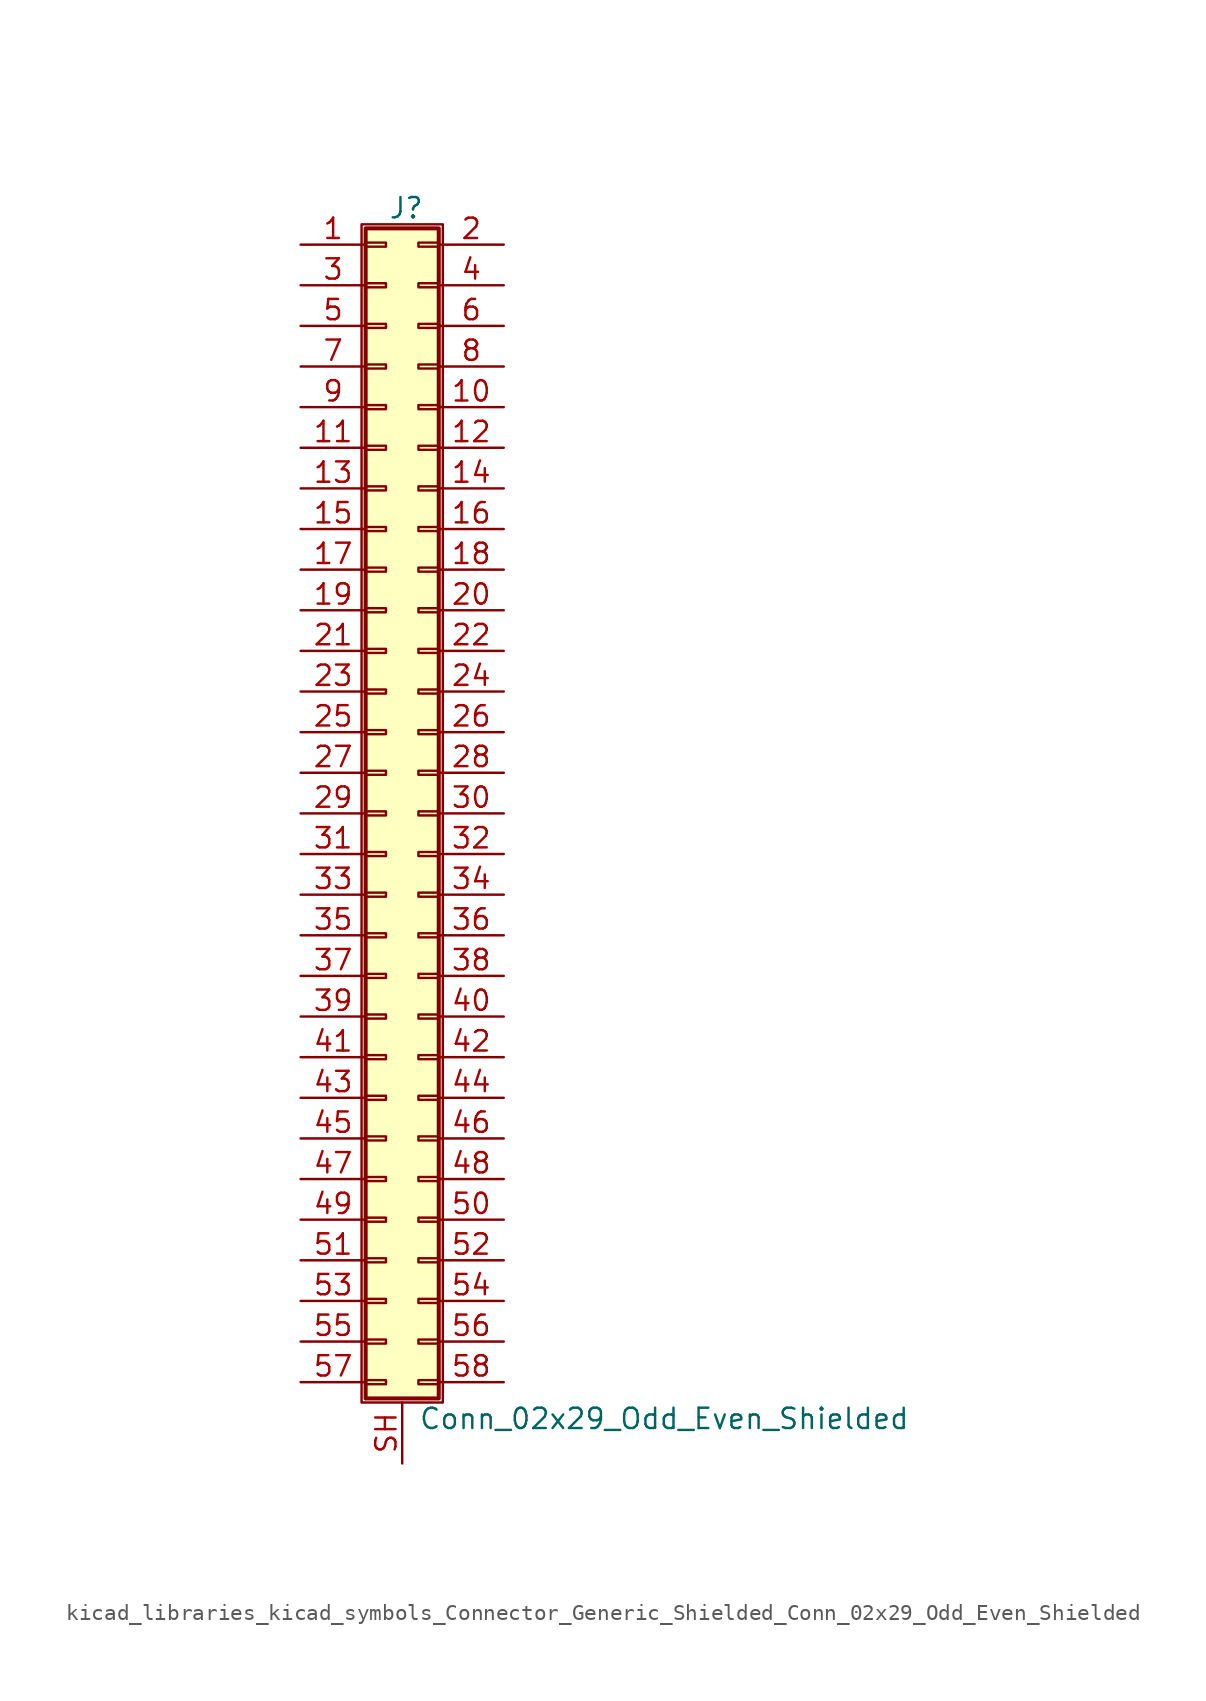
<source format=kicad_sym>
(kicad_symbol_lib
  (version 20220914)
  (generator kicad_symbol_editor)
  (symbol "kicad_libraries_kicad_symbols_Connector_Generic_Shielded_Conn_02x29_Odd_Even_Shielded"
    (pin_names
      (offset 1.016) hide)
    (property "Reference" "J"
      (at 1.524 37.846 0)
      (effects (font (size 1.27 1.27))))
    (property "Value" "Conn_02x29_Odd_Even_Shielded"
      (at 2.286 -37.846 0)
      (effects (font (size 1.27 1.27)) (justify left)))
    (symbol "kicad_libraries_kicad_symbols_Connector_Generic_Shielded_Conn_02x29_Odd_Even_Shielded_1_1"
      (rectangle (start -1.27 36.83) (end 3.81 -36.83) (stroke (width 0.152) (type default)) (fill (type none)))
      (rectangle (start -1.016 -35.433) (end 0.254 -35.687) (stroke (width 0.152) (type default)) (fill (type none)))
      (rectangle (start -1.016 -32.893) (end 0.254 -33.147) (stroke (width 0.152) (type default)) (fill (type none)))
      (rectangle (start -1.016 -30.353) (end 0.254 -30.607) (stroke (width 0.152) (type default)) (fill (type none)))
      (rectangle (start -1.016 -27.813) (end 0.254 -28.067) (stroke (width 0.152) (type default)) (fill (type none)))
      (rectangle (start -1.016 -25.273) (end 0.254 -25.527) (stroke (width 0.152) (type default)) (fill (type none)))
      (rectangle (start -1.016 -22.733) (end 0.254 -22.987) (stroke (width 0.152) (type default)) (fill (type none)))
      (rectangle (start -1.016 -20.193) (end 0.254 -20.447) (stroke (width 0.152) (type default)) (fill (type none)))
      (rectangle (start -1.016 -17.653) (end 0.254 -17.907) (stroke (width 0.152) (type default)) (fill (type none)))
      (rectangle (start -1.016 -15.113) (end 0.254 -15.367) (stroke (width 0.152) (type default)) (fill (type none)))
      (rectangle (start -1.016 -12.573) (end 0.254 -12.827) (stroke (width 0.152) (type default)) (fill (type none)))
      (rectangle (start -1.016 -10.033) (end 0.254 -10.287) (stroke (width 0.152) (type default)) (fill (type none)))
      (rectangle (start -1.016 -7.493) (end 0.254 -7.747) (stroke (width 0.152) (type default)) (fill (type none)))
      (rectangle (start -1.016 -4.953) (end 0.254 -5.207) (stroke (width 0.152) (type default)) (fill (type none)))
      (rectangle (start -1.016 -2.413) (end 0.254 -2.667) (stroke (width 0.152) (type default)) (fill (type none)))
      (rectangle (start -1.016 0.127) (end 0.254 -0.127) (stroke (width 0.152) (type default)) (fill (type none)))
      (rectangle (start -1.016 2.667) (end 0.254 2.413) (stroke (width 0.152) (type default)) (fill (type none)))
      (rectangle (start -1.016 5.207) (end 0.254 4.953) (stroke (width 0.152) (type default)) (fill (type none)))
      (rectangle (start -1.016 7.747) (end 0.254 7.493) (stroke (width 0.152) (type default)) (fill (type none)))
      (rectangle (start -1.016 10.287) (end 0.254 10.033) (stroke (width 0.152) (type default)) (fill (type none)))
      (rectangle (start -1.016 12.827) (end 0.254 12.573) (stroke (width 0.152) (type default)) (fill (type none)))
      (rectangle (start -1.016 15.367) (end 0.254 15.113) (stroke (width 0.152) (type default)) (fill (type none)))
      (rectangle (start -1.016 17.907) (end 0.254 17.653) (stroke (width 0.152) (type default)) (fill (type none)))
      (rectangle (start -1.016 20.447) (end 0.254 20.193) (stroke (width 0.152) (type default)) (fill (type none)))
      (rectangle (start -1.016 22.987) (end 0.254 22.733) (stroke (width 0.152) (type default)) (fill (type none)))
      (rectangle (start -1.016 25.527) (end 0.254 25.273) (stroke (width 0.152) (type default)) (fill (type none)))
      (rectangle (start -1.016 28.067) (end 0.254 27.813) (stroke (width 0.152) (type default)) (fill (type none)))
      (rectangle (start -1.016 30.607) (end 0.254 30.353) (stroke (width 0.152) (type default)) (fill (type none)))
      (rectangle (start -1.016 33.147) (end 0.254 32.893) (stroke (width 0.152) (type default)) (fill (type none)))
      (rectangle (start -1.016 35.687) (end 0.254 35.433) (stroke (width 0.152) (type default)) (fill (type none)))
      (rectangle (start -1.016 36.576) (end 3.556 -36.576) (stroke (width 0.254) (type default)) (fill (type background)))
      (rectangle (start 3.556 -35.433) (end 2.286 -35.687) (stroke (width 0.152) (type default)) (fill (type none)))
      (rectangle (start 3.556 -32.893) (end 2.286 -33.147) (stroke (width 0.152) (type default)) (fill (type none)))
      (rectangle (start 3.556 -30.353) (end 2.286 -30.607) (stroke (width 0.152) (type default)) (fill (type none)))
      (rectangle (start 3.556 -27.813) (end 2.286 -28.067) (stroke (width 0.152) (type default)) (fill (type none)))
      (rectangle (start 3.556 -25.273) (end 2.286 -25.527) (stroke (width 0.152) (type default)) (fill (type none)))
      (rectangle (start 3.556 -22.733) (end 2.286 -22.987) (stroke (width 0.152) (type default)) (fill (type none)))
      (rectangle (start 3.556 -20.193) (end 2.286 -20.447) (stroke (width 0.152) (type default)) (fill (type none)))
      (rectangle (start 3.556 -17.653) (end 2.286 -17.907) (stroke (width 0.152) (type default)) (fill (type none)))
      (rectangle (start 3.556 -15.113) (end 2.286 -15.367) (stroke (width 0.152) (type default)) (fill (type none)))
      (rectangle (start 3.556 -12.573) (end 2.286 -12.827) (stroke (width 0.152) (type default)) (fill (type none)))
      (rectangle (start 3.556 -10.033) (end 2.286 -10.287) (stroke (width 0.152) (type default)) (fill (type none)))
      (rectangle (start 3.556 -7.493) (end 2.286 -7.747) (stroke (width 0.152) (type default)) (fill (type none)))
      (rectangle (start 3.556 -4.953) (end 2.286 -5.207) (stroke (width 0.152) (type default)) (fill (type none)))
      (rectangle (start 3.556 -2.413) (end 2.286 -2.667) (stroke (width 0.152) (type default)) (fill (type none)))
      (rectangle (start 3.556 0.127) (end 2.286 -0.127) (stroke (width 0.152) (type default)) (fill (type none)))
      (rectangle (start 3.556 2.667) (end 2.286 2.413) (stroke (width 0.152) (type default)) (fill (type none)))
      (rectangle (start 3.556 5.207) (end 2.286 4.953) (stroke (width 0.152) (type default)) (fill (type none)))
      (rectangle (start 3.556 7.747) (end 2.286 7.493) (stroke (width 0.152) (type default)) (fill (type none)))
      (rectangle (start 3.556 10.287) (end 2.286 10.033) (stroke (width 0.152) (type default)) (fill (type none)))
      (rectangle (start 3.556 12.827) (end 2.286 12.573) (stroke (width 0.152) (type default)) (fill (type none)))
      (rectangle (start 3.556 15.367) (end 2.286 15.113) (stroke (width 0.152) (type default)) (fill (type none)))
      (rectangle (start 3.556 17.907) (end 2.286 17.653) (stroke (width 0.152) (type default)) (fill (type none)))
      (rectangle (start 3.556 20.447) (end 2.286 20.193) (stroke (width 0.152) (type default)) (fill (type none)))
      (rectangle (start 3.556 22.987) (end 2.286 22.733) (stroke (width 0.152) (type default)) (fill (type none)))
      (rectangle (start 3.556 25.527) (end 2.286 25.273) (stroke (width 0.152) (type default)) (fill (type none)))
      (rectangle (start 3.556 28.067) (end 2.286 27.813) (stroke (width 0.152) (type default)) (fill (type none)))
      (rectangle (start 3.556 30.607) (end 2.286 30.353) (stroke (width 0.152) (type default)) (fill (type none)))
      (rectangle (start 3.556 33.147) (end 2.286 32.893) (stroke (width 0.152) (type default)) (fill (type none)))
      (rectangle (start 3.556 35.687) (end 2.286 35.433) (stroke (width 0.152) (type default)) (fill (type none)))
      (pin passive line (at -5.08 35.56 0) (length 4.064) (name "Pin_1" (effects (font (size 1.27 1.27)))) (number "1" (effects (font (size 1.27 1.27)))))
      (pin passive line (at 7.62 25.4 180) (length 4.064) (name "Pin_10" (effects (font (size 1.27 1.27)))) (number "10" (effects (font (size 1.27 1.27)))))
      (pin passive line (at -5.08 22.86 0) (length 4.064) (name "Pin_11" (effects (font (size 1.27 1.27)))) (number "11" (effects (font (size 1.27 1.27)))))
      (pin passive line (at 7.62 22.86 180) (length 4.064) (name "Pin_12" (effects (font (size 1.27 1.27)))) (number "12" (effects (font (size 1.27 1.27)))))
      (pin passive line (at -5.08 20.32 0) (length 4.064) (name "Pin_13" (effects (font (size 1.27 1.27)))) (number "13" (effects (font (size 1.27 1.27)))))
      (pin passive line (at 7.62 20.32 180) (length 4.064) (name "Pin_14" (effects (font (size 1.27 1.27)))) (number "14" (effects (font (size 1.27 1.27)))))
      (pin passive line (at -5.08 17.78 0) (length 4.064) (name "Pin_15" (effects (font (size 1.27 1.27)))) (number "15" (effects (font (size 1.27 1.27)))))
      (pin passive line (at 7.62 17.78 180) (length 4.064) (name "Pin_16" (effects (font (size 1.27 1.27)))) (number "16" (effects (font (size 1.27 1.27)))))
      (pin passive line (at -5.08 15.24 0) (length 4.064) (name "Pin_17" (effects (font (size 1.27 1.27)))) (number "17" (effects (font (size 1.27 1.27)))))
      (pin passive line (at 7.62 15.24 180) (length 4.064) (name "Pin_18" (effects (font (size 1.27 1.27)))) (number "18" (effects (font (size 1.27 1.27)))))
      (pin passive line (at -5.08 12.7 0) (length 4.064) (name "Pin_19" (effects (font (size 1.27 1.27)))) (number "19" (effects (font (size 1.27 1.27)))))
      (pin passive line (at 7.62 35.56 180) (length 4.064) (name "Pin_2" (effects (font (size 1.27 1.27)))) (number "2" (effects (font (size 1.27 1.27)))))
      (pin passive line (at 7.62 12.7 180) (length 4.064) (name "Pin_20" (effects (font (size 1.27 1.27)))) (number "20" (effects (font (size 1.27 1.27)))))
      (pin passive line (at -5.08 10.16 0) (length 4.064) (name "Pin_21" (effects (font (size 1.27 1.27)))) (number "21" (effects (font (size 1.27 1.27)))))
      (pin passive line (at 7.62 10.16 180) (length 4.064) (name "Pin_22" (effects (font (size 1.27 1.27)))) (number "22" (effects (font (size 1.27 1.27)))))
      (pin passive line (at -5.08 7.62 0) (length 4.064) (name "Pin_23" (effects (font (size 1.27 1.27)))) (number "23" (effects (font (size 1.27 1.27)))))
      (pin passive line (at 7.62 7.62 180) (length 4.064) (name "Pin_24" (effects (font (size 1.27 1.27)))) (number "24" (effects (font (size 1.27 1.27)))))
      (pin passive line (at -5.08 5.08 0) (length 4.064) (name "Pin_25" (effects (font (size 1.27 1.27)))) (number "25" (effects (font (size 1.27 1.27)))))
      (pin passive line (at 7.62 5.08 180) (length 4.064) (name "Pin_26" (effects (font (size 1.27 1.27)))) (number "26" (effects (font (size 1.27 1.27)))))
      (pin passive line (at -5.08 2.54 0) (length 4.064) (name "Pin_27" (effects (font (size 1.27 1.27)))) (number "27" (effects (font (size 1.27 1.27)))))
      (pin passive line (at 7.62 2.54 180) (length 4.064) (name "Pin_28" (effects (font (size 1.27 1.27)))) (number "28" (effects (font (size 1.27 1.27)))))
      (pin passive line (at -5.08 0 0) (length 4.064) (name "Pin_29" (effects (font (size 1.27 1.27)))) (number "29" (effects (font (size 1.27 1.27)))))
      (pin passive line (at -5.08 33.02 0) (length 4.064) (name "Pin_3" (effects (font (size 1.27 1.27)))) (number "3" (effects (font (size 1.27 1.27)))))
      (pin passive line (at 7.62 0 180) (length 4.064) (name "Pin_30" (effects (font (size 1.27 1.27)))) (number "30" (effects (font (size 1.27 1.27)))))
      (pin passive line (at -5.08 -2.54 0) (length 4.064) (name "Pin_31" (effects (font (size 1.27 1.27)))) (number "31" (effects (font (size 1.27 1.27)))))
      (pin passive line (at 7.62 -2.54 180) (length 4.064) (name "Pin_32" (effects (font (size 1.27 1.27)))) (number "32" (effects (font (size 1.27 1.27)))))
      (pin passive line (at -5.08 -5.08 0) (length 4.064) (name "Pin_33" (effects (font (size 1.27 1.27)))) (number "33" (effects (font (size 1.27 1.27)))))
      (pin passive line (at 7.62 -5.08 180) (length 4.064) (name "Pin_34" (effects (font (size 1.27 1.27)))) (number "34" (effects (font (size 1.27 1.27)))))
      (pin passive line (at -5.08 -7.62 0) (length 4.064) (name "Pin_35" (effects (font (size 1.27 1.27)))) (number "35" (effects (font (size 1.27 1.27)))))
      (pin passive line (at 7.62 -7.62 180) (length 4.064) (name "Pin_36" (effects (font (size 1.27 1.27)))) (number "36" (effects (font (size 1.27 1.27)))))
      (pin passive line (at -5.08 -10.16 0) (length 4.064) (name "Pin_37" (effects (font (size 1.27 1.27)))) (number "37" (effects (font (size 1.27 1.27)))))
      (pin passive line (at 7.62 -10.16 180) (length 4.064) (name "Pin_38" (effects (font (size 1.27 1.27)))) (number "38" (effects (font (size 1.27 1.27)))))
      (pin passive line (at -5.08 -12.7 0) (length 4.064) (name "Pin_39" (effects (font (size 1.27 1.27)))) (number "39" (effects (font (size 1.27 1.27)))))
      (pin passive line (at 7.62 33.02 180) (length 4.064) (name "Pin_4" (effects (font (size 1.27 1.27)))) (number "4" (effects (font (size 1.27 1.27)))))
      (pin passive line (at 7.62 -12.7 180) (length 4.064) (name "Pin_40" (effects (font (size 1.27 1.27)))) (number "40" (effects (font (size 1.27 1.27)))))
      (pin passive line (at -5.08 -15.24 0) (length 4.064) (name "Pin_41" (effects (font (size 1.27 1.27)))) (number "41" (effects (font (size 1.27 1.27)))))
      (pin passive line (at 7.62 -15.24 180) (length 4.064) (name "Pin_42" (effects (font (size 1.27 1.27)))) (number "42" (effects (font (size 1.27 1.27)))))
      (pin passive line (at -5.08 -17.78 0) (length 4.064) (name "Pin_43" (effects (font (size 1.27 1.27)))) (number "43" (effects (font (size 1.27 1.27)))))
      (pin passive line (at 7.62 -17.78 180) (length 4.064) (name "Pin_44" (effects (font (size 1.27 1.27)))) (number "44" (effects (font (size 1.27 1.27)))))
      (pin passive line (at -5.08 -20.32 0) (length 4.064) (name "Pin_45" (effects (font (size 1.27 1.27)))) (number "45" (effects (font (size 1.27 1.27)))))
      (pin passive line (at 7.62 -20.32 180) (length 4.064) (name "Pin_46" (effects (font (size 1.27 1.27)))) (number "46" (effects (font (size 1.27 1.27)))))
      (pin passive line (at -5.08 -22.86 0) (length 4.064) (name "Pin_47" (effects (font (size 1.27 1.27)))) (number "47" (effects (font (size 1.27 1.27)))))
      (pin passive line (at 7.62 -22.86 180) (length 4.064) (name "Pin_48" (effects (font (size 1.27 1.27)))) (number "48" (effects (font (size 1.27 1.27)))))
      (pin passive line (at -5.08 -25.4 0) (length 4.064) (name "Pin_49" (effects (font (size 1.27 1.27)))) (number "49" (effects (font (size 1.27 1.27)))))
      (pin passive line (at -5.08 30.48 0) (length 4.064) (name "Pin_5" (effects (font (size 1.27 1.27)))) (number "5" (effects (font (size 1.27 1.27)))))
      (pin passive line (at 7.62 -25.4 180) (length 4.064) (name "Pin_50" (effects (font (size 1.27 1.27)))) (number "50" (effects (font (size 1.27 1.27)))))
      (pin passive line (at -5.08 -27.94 0) (length 4.064) (name "Pin_51" (effects (font (size 1.27 1.27)))) (number "51" (effects (font (size 1.27 1.27)))))
      (pin passive line (at 7.62 -27.94 180) (length 4.064) (name "Pin_52" (effects (font (size 1.27 1.27)))) (number "52" (effects (font (size 1.27 1.27)))))
      (pin passive line (at -5.08 -30.48 0) (length 4.064) (name "Pin_53" (effects (font (size 1.27 1.27)))) (number "53" (effects (font (size 1.27 1.27)))))
      (pin passive line (at 7.62 -30.48 180) (length 4.064) (name "Pin_54" (effects (font (size 1.27 1.27)))) (number "54" (effects (font (size 1.27 1.27)))))
      (pin passive line (at -5.08 -33.02 0) (length 4.064) (name "Pin_55" (effects (font (size 1.27 1.27)))) (number "55" (effects (font (size 1.27 1.27)))))
      (pin passive line (at 7.62 -33.02 180) (length 4.064) (name "Pin_56" (effects (font (size 1.27 1.27)))) (number "56" (effects (font (size 1.27 1.27)))))
      (pin passive line (at -5.08 -35.56 0) (length 4.064) (name "Pin_57" (effects (font (size 1.27 1.27)))) (number "57" (effects (font (size 1.27 1.27)))))
      (pin passive line (at 7.62 -35.56 180) (length 4.064) (name "Pin_58" (effects (font (size 1.27 1.27)))) (number "58" (effects (font (size 1.27 1.27)))))
      (pin passive line (at 7.62 30.48 180) (length 4.064) (name "Pin_6" (effects (font (size 1.27 1.27)))) (number "6" (effects (font (size 1.27 1.27)))))
      (pin passive line (at -5.08 27.94 0) (length 4.064) (name "Pin_7" (effects (font (size 1.27 1.27)))) (number "7" (effects (font (size 1.27 1.27)))))
      (pin passive line (at 7.62 27.94 180) (length 4.064) (name "Pin_8" (effects (font (size 1.27 1.27)))) (number "8" (effects (font (size 1.27 1.27)))))
      (pin passive line (at -5.08 25.4 0) (length 4.064) (name "Pin_9" (effects (font (size 1.27 1.27)))) (number "9" (effects (font (size 1.27 1.27)))))
      (pin passive line (at 1.27 -40.64 90) (length 3.81) (name "Shield" (effects (font (size 1.27 1.27)))) (number "SH" (effects (font (size 1.27 1.27))))))))
</source>
